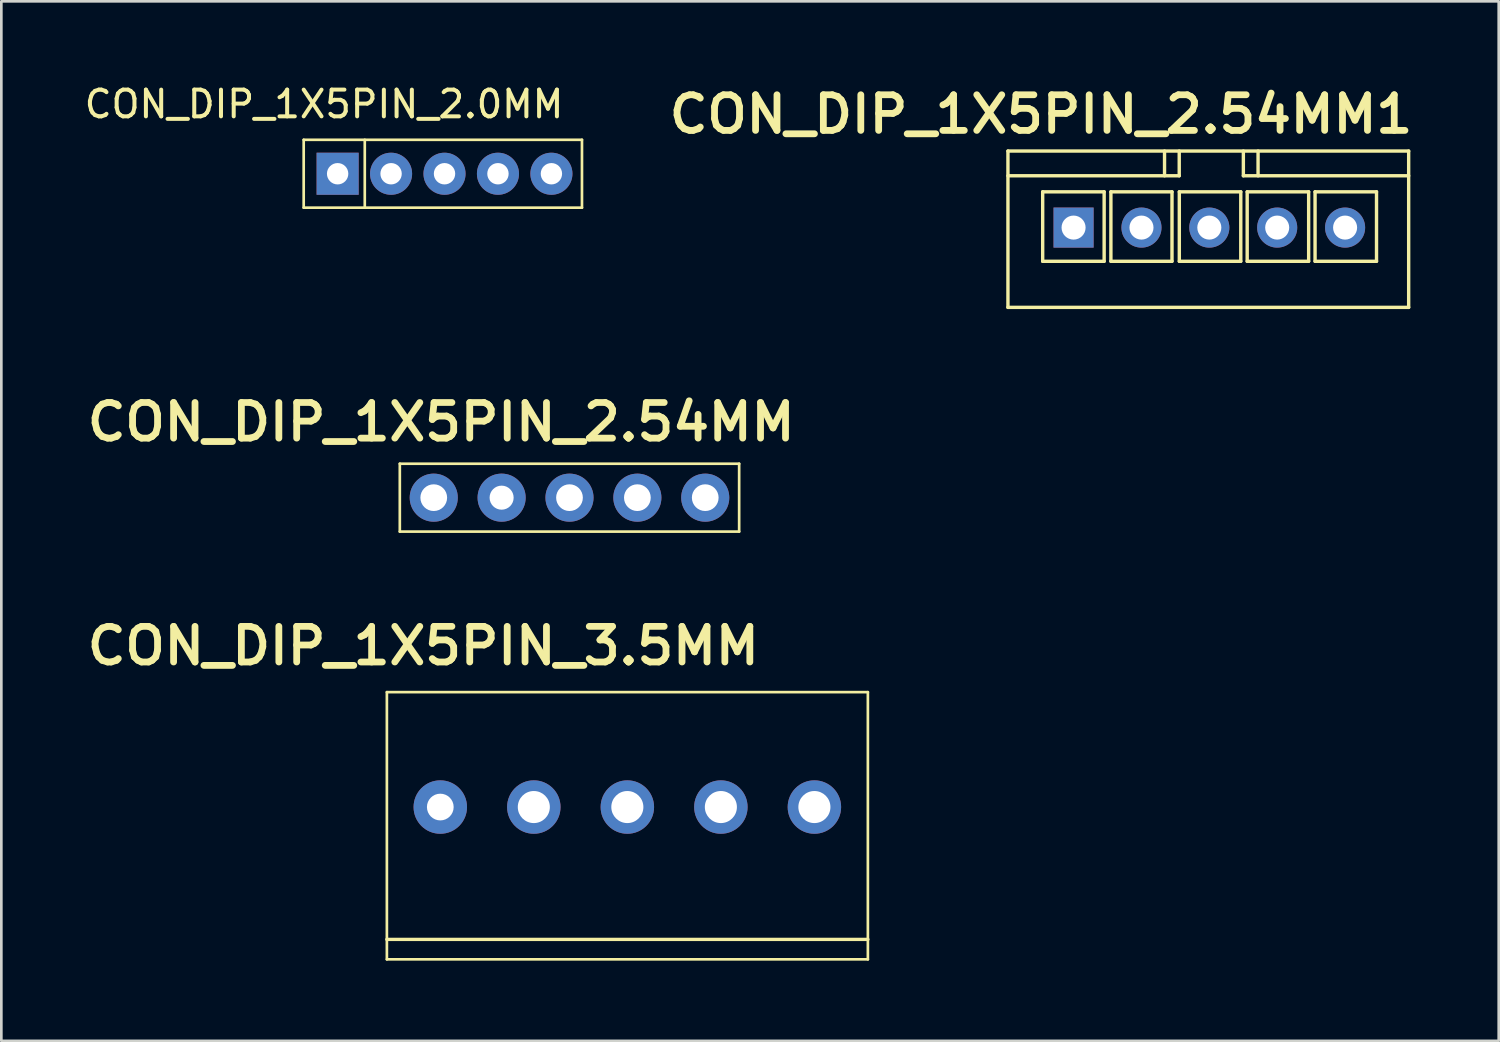
<source format=kicad_pcb>
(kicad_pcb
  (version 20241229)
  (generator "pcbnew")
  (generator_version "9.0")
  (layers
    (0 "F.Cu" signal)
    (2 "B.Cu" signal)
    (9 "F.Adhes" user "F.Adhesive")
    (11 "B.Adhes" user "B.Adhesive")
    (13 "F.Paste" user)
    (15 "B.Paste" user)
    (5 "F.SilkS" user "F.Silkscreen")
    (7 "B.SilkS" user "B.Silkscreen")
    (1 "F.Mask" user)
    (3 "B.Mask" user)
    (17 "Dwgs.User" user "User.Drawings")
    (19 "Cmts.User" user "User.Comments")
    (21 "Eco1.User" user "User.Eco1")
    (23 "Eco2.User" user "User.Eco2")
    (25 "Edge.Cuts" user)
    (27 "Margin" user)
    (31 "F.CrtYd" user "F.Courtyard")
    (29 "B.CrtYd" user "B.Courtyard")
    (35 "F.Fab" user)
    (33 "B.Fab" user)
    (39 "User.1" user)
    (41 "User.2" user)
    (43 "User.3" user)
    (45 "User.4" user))
  (footprint "CON_DIP_1X5PIN_2.0MM"
    (layer "F.Cu")
    (at 9.585 3.452)
    (property "Reference" "CON_DIP_1X5PIN_2.0MM" (at -0.508 -2.603 0) (unlocked yes) (layer "F.SilkS") (effects (font (size 1 1) (thickness 0.15))))
    (attr smd)
    (fp_line (start -1.27 -1.27) (end -1.27 1.27) (stroke (width 0.1) (type solid)) (layer "F.SilkS"))
    (fp_line (start -1.27 -1.27) (end 9.144 -1.27) (stroke (width 0.1) (type solid)) (layer "F.SilkS"))
    (fp_line (start -1.27 1.27) (end 9.144 1.27) (stroke (width 0.1) (type solid)) (layer "F.SilkS"))
    (fp_line (start 1.016 -1.27) (end 1.016 1.27) (stroke (width 0.1) (type solid)) (layer "F.SilkS"))
    (fp_line (start 9.144 1.27) (end 9.144 -1.27) (stroke (width 0.1) (type solid)) (layer "F.SilkS"))
    (pad "1" thru_hole rect (at 0 0) (size 1.575 1.575) (drill 0.8) (layers "*.Cu" "*.Mask"))
    (pad "2" thru_hole circle (at 2 -0.00001) (size 1.575 1.575) (drill 0.8) (layers "*.Cu" "*.Mask"))
    (pad "3" thru_hole circle (at 4 0.00001) (size 1.575 1.575) (drill 0.8) (layers "*.Cu" "*.Mask"))
    (pad "4" thru_hole circle (at 6 0.00001) (size 1.575 1.575) (drill 0.8) (layers "*.Cu" "*.Mask"))
    (pad "5" thru_hole circle (at 8 0.00001) (size 1.575 1.575) (drill 0.8) (layers "*.Cu" "*.Mask")))
  (footprint "CON_DIP_1X5PIN_2.54MM1"
    (layer "F.Cu")
    (at 37.19 5.531)
    (property "Reference" "CON_DIP_1X5PIN_2.54MM1" (at -1.283 -4.305 0) (unlocked yes) (layer "F.SilkS") (effects (font (size 1.333 1.402) (thickness 0.254))))
    (attr smd)
    (fp_line (start -2.52 2.922) (end -2.52 -2.928) (stroke (width 0.127) (type solid)) (layer "F.SilkS"))
    (fp_line (start -1.22 1.197) (end -1.22 -1.403) (stroke (width 0.127) (type solid)) (layer "F.SilkS"))
    (fp_line (start 1.08 -1.403) (end -1.22 -1.403) (stroke (width 0.127) (type solid)) (layer "F.SilkS"))
    (fp_line (start 1.08 1.197) (end -1.22 1.197) (stroke (width 0.127) (type solid)) (layer "F.SilkS"))
    (fp_line (start 1.08 1.197) (end 1.08 -1.403) (stroke (width 0.127) (type solid)) (layer "F.SilkS"))
    (fp_line (start 1.333 1.197) (end 1.333 -1.403) (stroke (width 0.127) (type solid)) (layer "F.SilkS"))
    (fp_line (start 3.34 -2.003) (end 3.34 -2.928) (stroke (width 0.127) (type solid)) (layer "F.SilkS"))
    (fp_line (start 3.619 -1.403) (end 1.333 -1.403) (stroke (width 0.127) (type solid)) (layer "F.SilkS"))
    (fp_line (start 3.619 1.197) (end 1.333 1.197) (stroke (width 0.127) (type solid)) (layer "F.SilkS"))
    (fp_line (start 3.619 1.197) (end 3.619 -1.403) (stroke (width 0.127) (type solid)) (layer "F.SilkS"))
    (fp_line (start 3.89 -2.003) (end -2.52 -2.003) (stroke (width 0.127) (type solid)) (layer "F.SilkS"))
    (fp_line (start 3.89 -2.003) (end 3.89 -2.928) (stroke (width 0.127) (type solid)) (layer "F.SilkS"))
    (fp_line (start 3.893 1.197) (end 3.893 -1.403) (stroke (width 0.127) (type solid)) (layer "F.SilkS"))
    (fp_line (start 6.193 -1.403) (end 3.893 -1.403) (stroke (width 0.127) (type solid)) (layer "F.SilkS"))
    (fp_line (start 6.193 1.197) (end 3.893 1.197) (stroke (width 0.127) (type solid)) (layer "F.SilkS"))
    (fp_line (start 6.193 1.197) (end 6.193 -1.403) (stroke (width 0.127) (type solid)) (layer "F.SilkS"))
    (fp_line (start 6.29 -2.003) (end 6.29 -2.928) (stroke (width 0.127) (type solid)) (layer "F.SilkS"))
    (fp_line (start 6.433 1.197) (end 6.433 -1.403) (stroke (width 0.127) (type solid)) (layer "F.SilkS"))
    (fp_line (start 6.84 -2.003) (end 6.84 -2.928) (stroke (width 0.127) (type solid)) (layer "F.SilkS"))
    (fp_line (start 8.733 -1.403) (end 6.433 -1.403) (stroke (width 0.127) (type solid)) (layer "F.SilkS"))
    (fp_line (start 8.733 1.197) (end 6.433 1.197) (stroke (width 0.127) (type solid)) (layer "F.SilkS"))
    (fp_line (start 8.733 1.197) (end 8.733 -1.403) (stroke (width 0.127) (type solid)) (layer "F.SilkS"))
    (fp_line (start 8.973 1.197) (end 8.973 -1.403) (stroke (width 0.127) (type solid)) (layer "F.SilkS"))
    (fp_line (start 11.273 -1.403) (end 8.973 -1.403) (stroke (width 0.127) (type solid)) (layer "F.SilkS"))
    (fp_line (start 11.273 1.197) (end 8.973 1.197) (stroke (width 0.127) (type solid)) (layer "F.SilkS"))
    (fp_line (start 11.273 1.197) (end 11.273 -1.403) (stroke (width 0.127) (type solid)) (layer "F.SilkS"))
    (fp_line (start 12.476 -2.928) (end -2.52 -2.928) (stroke (width 0.127) (type solid)) (layer "F.SilkS"))
    (fp_line (start 12.476 -2.003) (end 6.29 -2.003) (stroke (width 0.127) (type solid)) (layer "F.SilkS"))
    (fp_line (start 12.476 2.922) (end -2.52 2.922) (stroke (width 0.127) (type solid)) (layer "F.SilkS"))
    (fp_line (start 12.476 2.922) (end 12.476 -2.928) (stroke (width 0.127) (type solid)) (layer "F.SilkS"))
    (pad "1" thru_hole rect (at -0.064 -0.064) (size 1.5 1.5) (drill 0.9) (layers "*.Cu" "*.Mask"))
    (pad "2" thru_hole circle (at 2.477 -0.064) (size 1.5 1.5) (drill 0.9) (layers "*.Cu" "*.Mask"))
    (pad "3" thru_hole circle (at 5.016 -0.064) (size 1.5 1.5) (drill 0.9) (layers "*.Cu" "*.Mask"))
    (pad "4" thru_hole circle (at 7.556 -0.064) (size 1.5 1.5) (drill 0.9) (layers "*.Cu" "*.Mask"))
    (pad "5" thru_hole circle (at 10.097 -0.064) (size 1.5 1.5) (drill 0.9) (layers "*.Cu" "*.Mask")))
  (footprint "CON_DIP_1X5PIN_2.54MM"
    (layer "F.Cu")
    (at 12.991 15.828)
    (property "Reference" "CON_DIP_1X5PIN_2.54MM" (at 0.47 -3.086 0) (unlocked yes) (layer "F.SilkS") (effects (font (size 1.333 1.402) (thickness 0.254))))
    (attr smd)
    (fp_line (start -1.079 1.016) (end -1.079 -1.524) (stroke (width 0.1) (type solid)) (layer "F.SilkS"))
    (fp_line (start 11.62 -1.524) (end -1.079 -1.524) (stroke (width 0.1) (type solid)) (layer "F.SilkS"))
    (fp_line (start 11.62 1.016) (end -1.079 1.016) (stroke (width 0.1) (type solid)) (layer "F.SilkS"))
    (fp_line (start 11.62 1.016) (end 11.62 -1.524) (stroke (width 0.1) (type solid)) (layer "F.SilkS"))
    (pad "1" thru_hole circle (at 0.191 -0.254 90) (size 1.8 1.8) (drill 1) (layers "*.Cu" "*.Mask"))
    (pad "2" thru_hole circle (at 2.731 -0.254 90) (size 1.8 1.8) (drill 0.9) (layers "*.Cu" "*.Mask"))
    (pad "3" thru_hole circle (at 5.271 -0.254 90) (size 1.8 1.8) (drill 1) (layers "*.Cu" "*.Mask"))
    (pad "4" thru_hole circle (at 7.811 -0.254 90) (size 1.8 1.8) (drill 1) (layers "*.Cu" "*.Mask"))
    (pad "5" thru_hole circle (at 10.351 -0.254 90) (size 1.8 1.8) (drill 1) (layers "*.Cu" "*.Mask")))
  (footprint "CON_DIP_1X5PIN_3.5MM"
    (layer "F.Cu")
    (at 20.222 27.152)
    (property "Reference" "CON_DIP_1X5PIN_3.5MM" (at -7.429 -6.032 0) (unlocked yes) (layer "F.SilkS") (effects (font (size 1.333 1.402) (thickness 0.254))))
    (attr smd)
    (fp_line (start -8.794 -4.3) (end 9.206 -4.3) (stroke (width 0.1) (type solid)) (layer "F.SilkS"))
    (fp_line (start -8.794 4.953) (end 9.206 4.953) (stroke (width 0.127) (type solid)) (layer "F.SilkS"))
    (fp_line (start -8.794 5.7) (end -8.794 -4.3) (stroke (width 0.1) (type solid)) (layer "F.SilkS"))
    (fp_line (start -8.794 5.7) (end 9.206 5.7) (stroke (width 0.1) (type solid)) (layer "F.SilkS"))
    (fp_line (start 9.206 5.7) (end 9.206 -4.3) (stroke (width 0.1) (type solid)) (layer "F.SilkS"))
    (pad "1" thru_hole circle (at -6.795 0) (size 2 2) (drill 1) (layers "*.Cu" "*.Mask"))
    (pad "2" thru_hole circle (at -3.295 0) (size 2 2) (drill 1.2) (layers "*.Cu" "*.Mask"))
    (pad "3" thru_hole circle (at 0.205 0) (size 2 2) (drill 1.2) (layers "*.Cu" "*.Mask"))
    (pad "4" thru_hole circle (at 3.705 0) (size 2 2) (drill 1.2) (layers "*.Cu" "*.Mask"))
    (pad "5" thru_hole circle (at 7.205 0) (size 2 2) (drill 1.2) (layers "*.Cu" "*.Mask")))
  (gr_rect
    (start -3 -3)
    (end 53.036 35.902)
    (stroke (width 0.1) (type default))
    (fill no)
    (layer "Edge.Cuts")))
</source>
